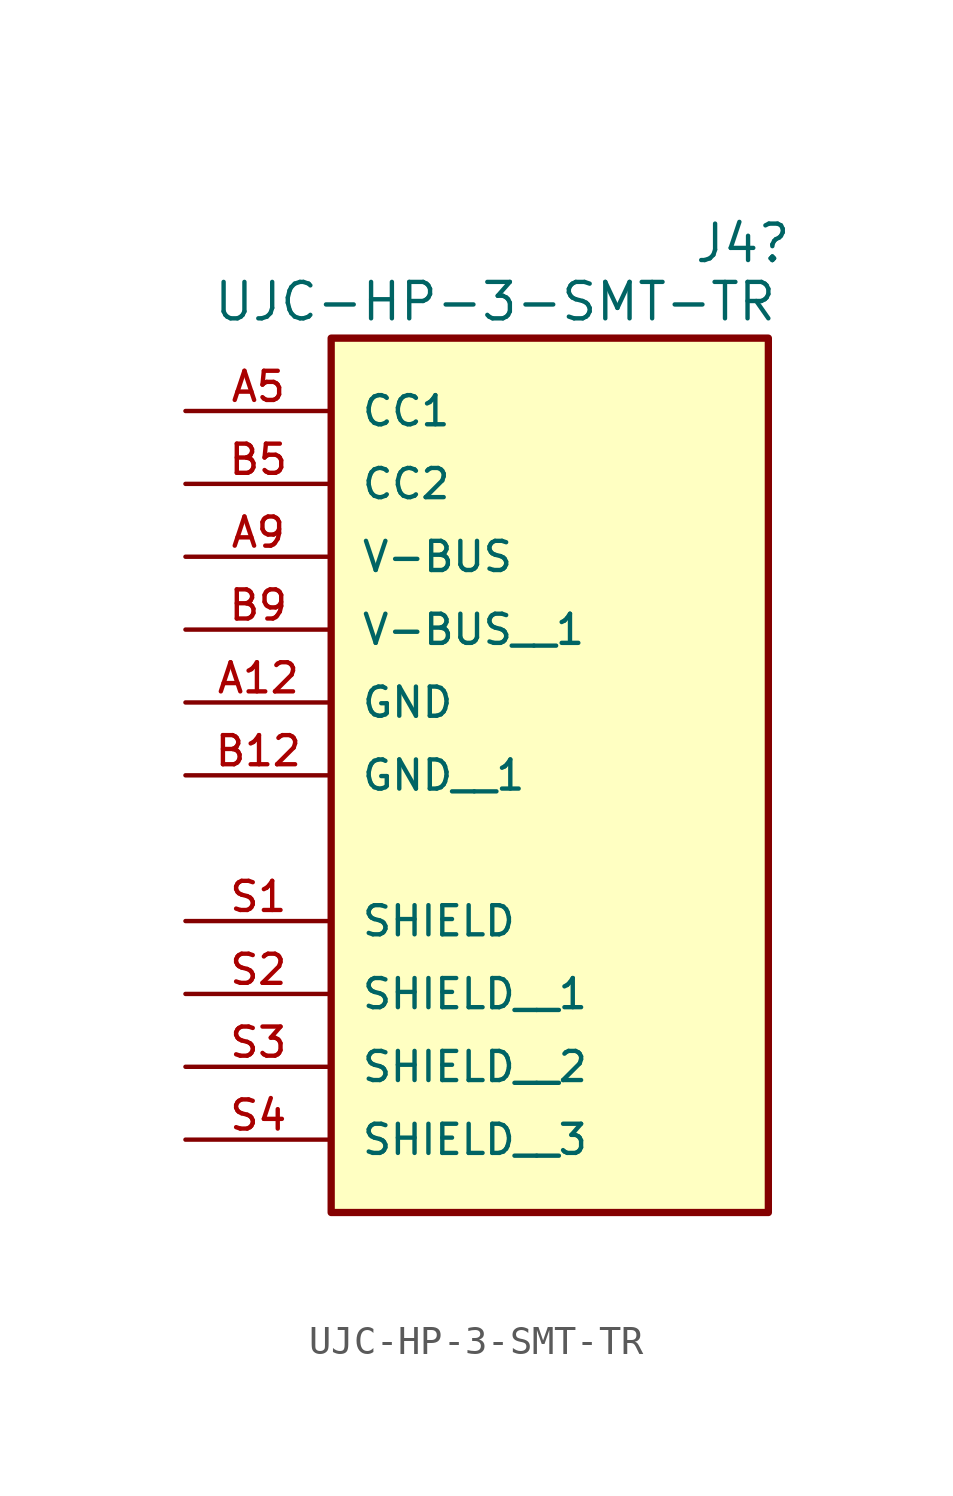
<source format=kicad_sym>
(kicad_symbol_lib
  (version 20241209)
  (generator "kicad_symbol_editor")
  (generator_version "9.0")
  (symbol "UJC-HP-3-SMT-TR"
    (pin_names
      (offset 1.016))
    (property "Reference" "J4"
      (at 6.731 10.922 0)
      (effects (font (size 1.27 1.27))))
    (property "Value" "UJC-HP-3-SMT-TR"
      (at -1.905 8.89 0)
      (effects (font (size 1.27 1.27))))
    (property "Description" ""
      (at 0 0 0)
      (effects (font (size 1.27 1.27))))
    (symbol "UJC-HP-3-SMT-TR_0_0"
      (rectangle (start -7.62 7.62) (end 7.62 -22.86) (stroke (width 0.254) (type solid)) (fill (type background)))
      (pin bidirectional line (at -12.7 5.08 0) (length 5.08) (name "CC1" (effects (font (size 1.016 1.016)))) (number "A5" (effects (font (size 1.016 1.016)))))
      (pin bidirectional line (at -12.7 2.54 0) (length 5.08) (name "CC2" (effects (font (size 1.016 1.016)))) (number "B5" (effects (font (size 1.016 1.016)))))
      (pin power_in line (at -12.7 0 0) (length 5.08) (name "V-BUS" (effects (font (size 1.016 1.016)))) (number "A9" (effects (font (size 1.016 1.016)))))
      (pin power_in line (at -12.7 -2.54 0) (length 5.08) (name "V-BUS__1" (effects (font (size 1.016 1.016)))) (number "B9" (effects (font (size 1.016 1.016)))))
      (pin power_in line (at -12.7 -5.08 0) (length 5.08) (name "GND" (effects (font (size 1.016 1.016)))) (number "A12" (effects (font (size 1.016 1.016)))))
      (pin power_in line (at -12.7 -7.62 0) (length 5.08) (name "GND__1" (effects (font (size 1.016 1.016)))) (number "B12" (effects (font (size 1.016 1.016)))))
      (pin passive line (at -12.7 -12.7 0) (length 5.08) (name "SHIELD" (effects (font (size 1.016 1.016)))) (number "S1" (effects (font (size 1.016 1.016)))))
      (pin passive line (at -12.7 -15.24 0) (length 5.08) (name "SHIELD__1" (effects (font (size 1.016 1.016)))) (number "S2" (effects (font (size 1.016 1.016)))))
      (pin passive line (at -12.7 -17.78 0) (length 5.08) (name "SHIELD__2" (effects (font (size 1.016 1.016)))) (number "S3" (effects (font (size 1.016 1.016)))))
      (pin passive line (at -12.7 -20.32 0) (length 5.08) (name "SHIELD__3" (effects (font (size 1.016 1.016)))) (number "S4" (effects (font (size 1.016 1.016))))))))
</source>
